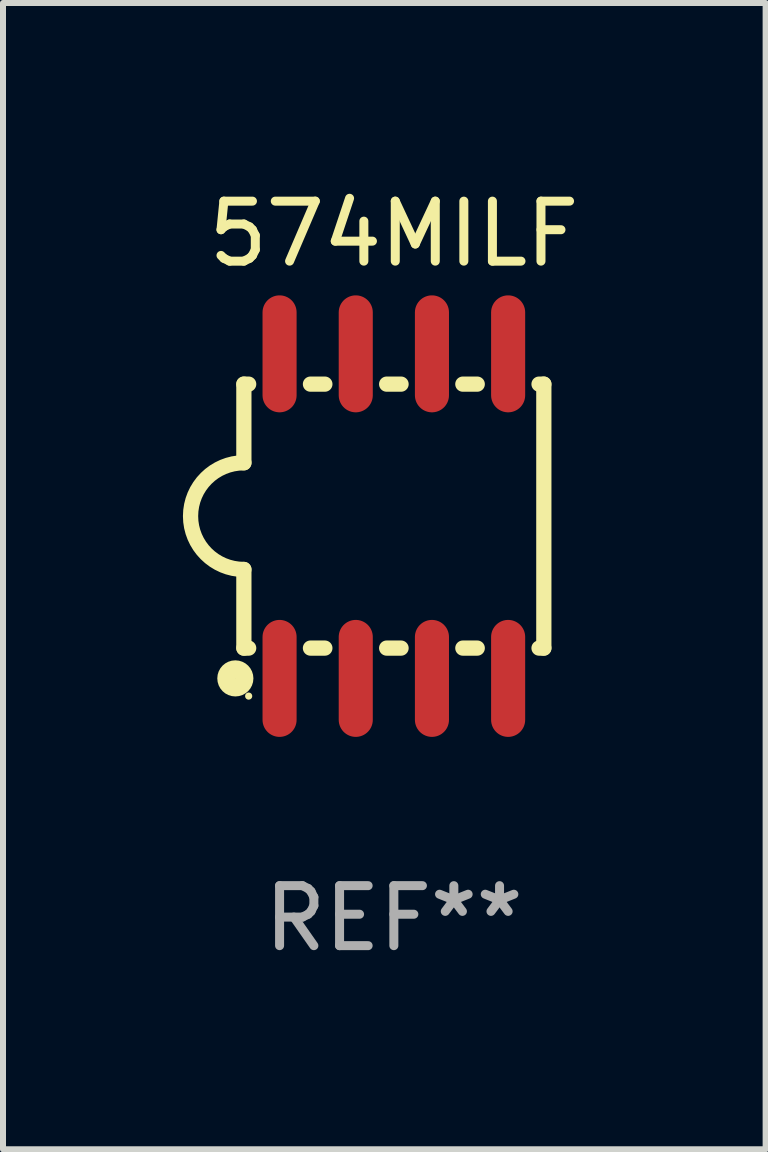
<source format=kicad_pcb>
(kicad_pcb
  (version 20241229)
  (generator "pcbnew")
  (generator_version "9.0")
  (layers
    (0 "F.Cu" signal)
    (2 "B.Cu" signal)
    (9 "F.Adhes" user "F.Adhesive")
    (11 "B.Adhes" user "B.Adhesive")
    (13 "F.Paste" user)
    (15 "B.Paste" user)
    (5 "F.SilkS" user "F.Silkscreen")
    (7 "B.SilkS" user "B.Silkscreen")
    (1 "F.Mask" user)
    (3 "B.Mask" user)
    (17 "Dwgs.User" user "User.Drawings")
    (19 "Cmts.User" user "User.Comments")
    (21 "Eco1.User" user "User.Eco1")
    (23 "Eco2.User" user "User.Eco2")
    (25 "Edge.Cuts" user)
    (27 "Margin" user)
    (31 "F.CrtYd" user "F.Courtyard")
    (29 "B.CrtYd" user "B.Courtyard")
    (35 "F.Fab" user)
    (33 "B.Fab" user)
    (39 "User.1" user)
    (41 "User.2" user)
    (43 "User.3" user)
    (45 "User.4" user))
  (footprint "574MILF"
    (layer "F.Cu")
    (at 3.515 5.553)
    (property "Reference" "574MILF" (at 0 -4.705 0) (layer "F.SilkS") (effects (font (size 1 1) (thickness 0.15))))
    (attr through_hole)
    (fp_line (start -2.5 -2.2) (end -2.5 -0.889) (stroke (width 0.254) (type solid)) (layer "F.SilkS"))
    (fp_line (start -2.5 2.2) (end -2.5 0.889) (stroke (width 0.254) (type solid)) (layer "F.SilkS"))
    (fp_line (start -2.42 -2.2) (end -2.5 -2.2) (stroke (width 0.254) (type solid)) (layer "F.SilkS"))
    (fp_line (start -2.42 2.2) (end -2.5 2.2) (stroke (width 0.254) (type solid)) (layer "F.SilkS"))
    (fp_line (start -1.15 -2.2) (end -1.39 -2.2) (stroke (width 0.254) (type solid)) (layer "F.SilkS"))
    (fp_line (start -1.15 2.2) (end -1.39 2.2) (stroke (width 0.254) (type solid)) (layer "F.SilkS"))
    (fp_line (start 0.12 -2.2) (end -0.12 -2.2) (stroke (width 0.254) (type solid)) (layer "F.SilkS"))
    (fp_line (start 0.12 2.2) (end -0.12 2.2) (stroke (width 0.254) (type solid)) (layer "F.SilkS"))
    (fp_line (start 1.39 -2.2) (end 1.15 -2.2) (stroke (width 0.254) (type solid)) (layer "F.SilkS"))
    (fp_line (start 1.39 2.2) (end 1.15 2.2) (stroke (width 0.254) (type solid)) (layer "F.SilkS"))
    (fp_line (start 2.5 -2.2) (end 2.42 -2.2) (stroke (width 0.254) (type solid)) (layer "F.SilkS"))
    (fp_line (start 2.5 -2.2) (end 2.5 2.2) (stroke (width 0.254) (type solid)) (layer "F.SilkS"))
    (fp_line (start 2.5 2.2) (end 2.42 2.2) (stroke (width 0.254) (type solid)) (layer "F.SilkS"))
    (fp_arc (start -2.5 0.889002) (mid -3.388367 -0.000318) (end -2.499365 -0.889002) (stroke (width 0.254001) (type solid)) (layer "F.SilkS"))
    (fp_circle (center -2.642 2.705) (end -2.491 2.705) (stroke (width 0.3) (type solid)) (fill no) (layer "F.SilkS"))
    (fp_circle (center -2.42 3) (end -2.39 3) (stroke (width 0.06) (type solid)) (fill no) (layer "F.SilkS"))
    (fp_text user "REF**" (at 0 6.705 0) (layer "F.Fab") (effects (font (size 1 1) (thickness 0.15))))
    (pad "1" smd oval (at -1.905 2.705) (size 0.568 1.95) (layers "F.Cu" "F.Mask" "F.Paste"))
    (pad "2" smd oval (at -0.635 2.705) (size 0.568 1.95) (layers "F.Cu" "F.Mask" "F.Paste"))
    (pad "3" smd oval (at 0.635 2.705) (size 0.568 1.95) (layers "F.Cu" "F.Mask" "F.Paste"))
    (pad "4" smd oval (at 1.905 2.705) (size 0.568 1.95) (layers "F.Cu" "F.Mask" "F.Paste"))
    (pad "5" smd oval (at 1.905 -2.705) (size 0.568 1.95) (layers "F.Cu" "F.Mask" "F.Paste"))
    (pad "6" smd oval (at 0.635 -2.705) (size 0.568 1.95) (layers "F.Cu" "F.Mask" "F.Paste"))
    (pad "7" smd oval (at -0.635 -2.705) (size 0.568 1.95) (layers "F.Cu" "F.Mask" "F.Paste"))
    (pad "8" smd oval (at -1.905 -2.705) (size 0.568 1.95) (layers "F.Cu" "F.Mask" "F.Paste")))
  (gr_rect
    (start -3 -3)
    (end 9.712 16.107)
    (stroke (width 0.1) (type default))
    (fill no)
    (layer "Edge.Cuts")))
</source>
